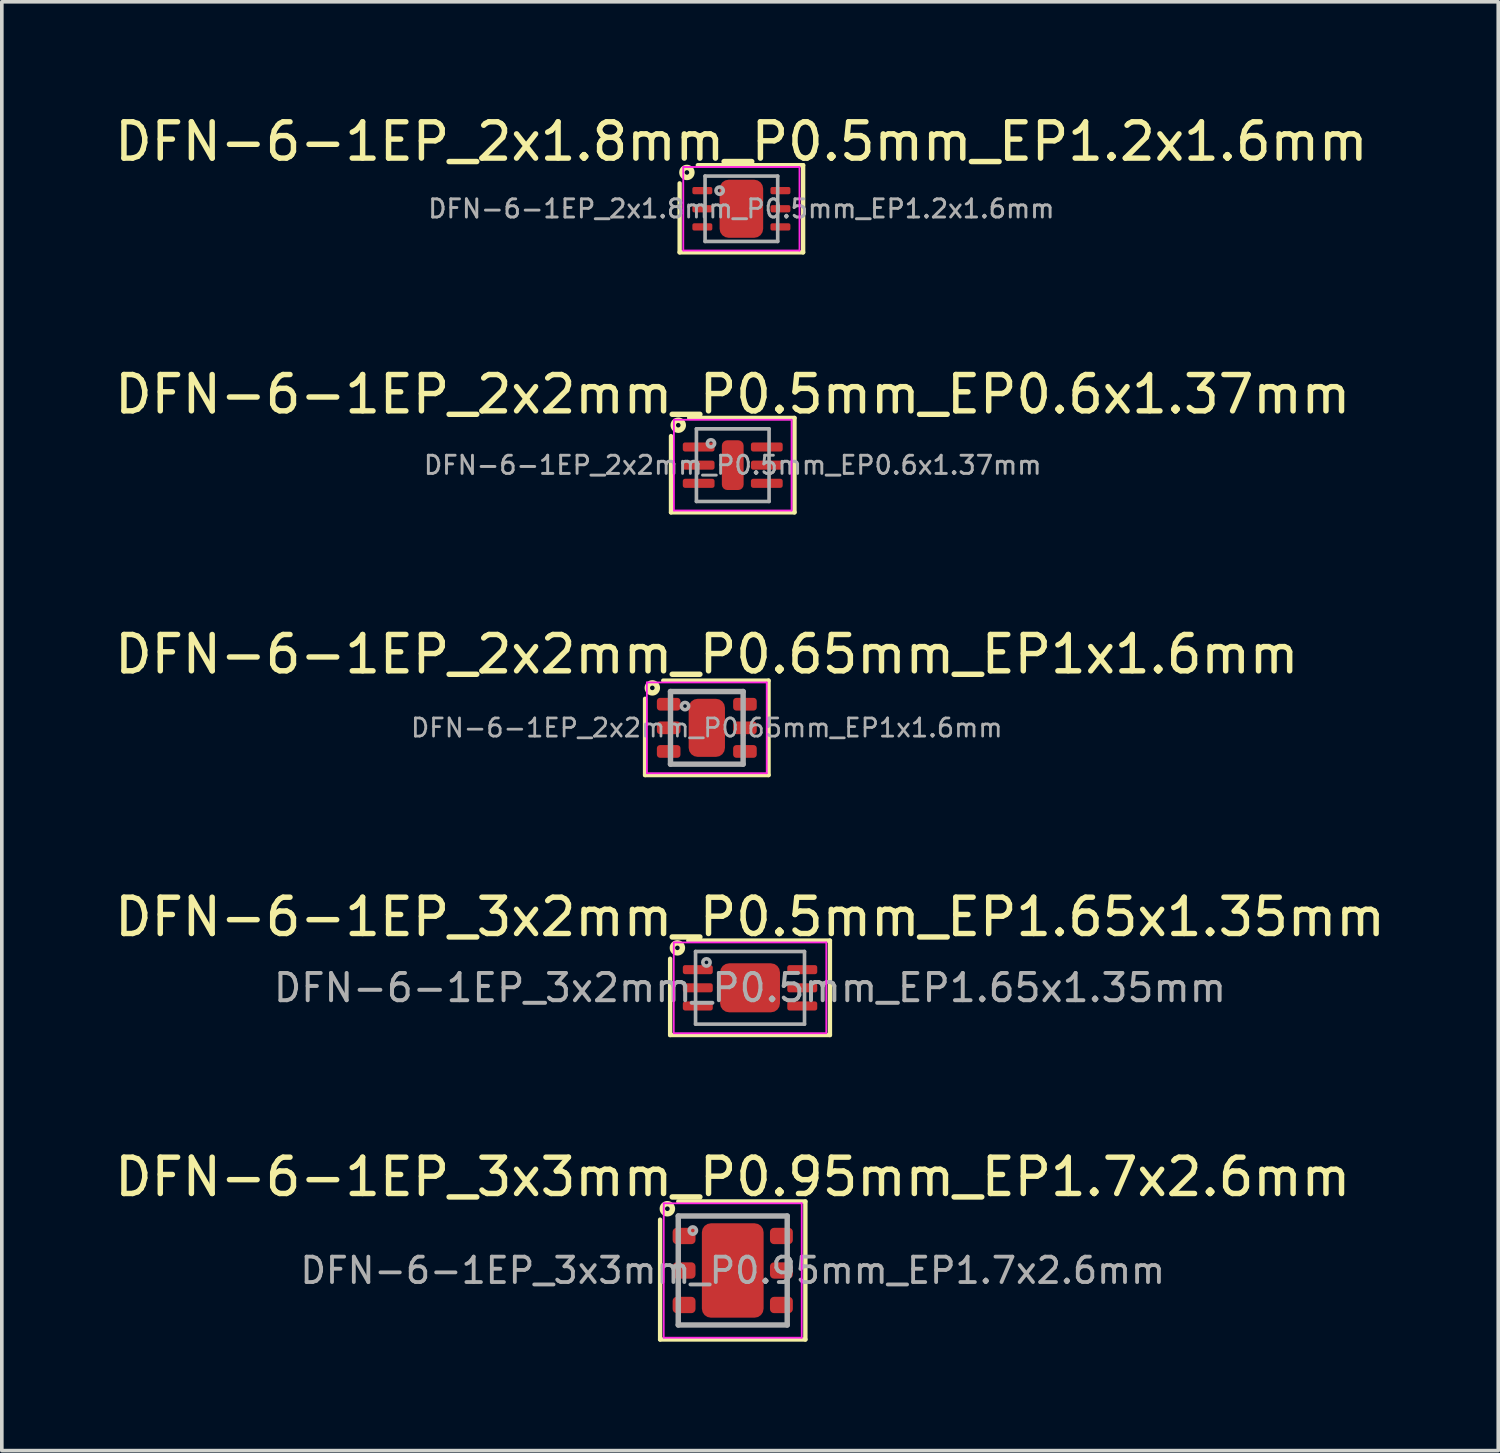
<source format=kicad_pcb>
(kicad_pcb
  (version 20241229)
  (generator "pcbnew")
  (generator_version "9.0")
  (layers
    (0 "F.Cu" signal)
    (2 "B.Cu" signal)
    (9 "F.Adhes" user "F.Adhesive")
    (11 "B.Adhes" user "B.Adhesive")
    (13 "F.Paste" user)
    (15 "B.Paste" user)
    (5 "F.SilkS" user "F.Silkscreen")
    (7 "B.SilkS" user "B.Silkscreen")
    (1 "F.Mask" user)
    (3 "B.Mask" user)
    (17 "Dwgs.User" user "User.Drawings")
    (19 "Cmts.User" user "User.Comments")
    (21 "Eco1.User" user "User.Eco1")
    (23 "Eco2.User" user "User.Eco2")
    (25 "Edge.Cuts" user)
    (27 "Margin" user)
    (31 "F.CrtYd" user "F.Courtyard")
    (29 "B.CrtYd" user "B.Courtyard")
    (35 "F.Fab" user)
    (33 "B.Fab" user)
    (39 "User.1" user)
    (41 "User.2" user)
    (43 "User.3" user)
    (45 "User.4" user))
  (footprint "DFN-6-1EP_2x1.8mm_P0.5mm_EP1.2x1.6mm"
    (layer "F.Cu")
    (at 17.363 2.698)
    (property "Reference" "DFN-6-1EP_2x1.8mm_P0.5mm_EP1.2x1.6mm" (at 0 -1.85 0) (layer "F.SilkS") (effects (font (size 1 1) (thickness 0.15))))
    (attr smd)
    (fp_line (start -1.7 1.2) (end -1.7 -0.7) (stroke (width 0.12) (type solid)) (layer "F.SilkS"))
    (fp_line (start -1.7 1.2) (end 1.7 1.2) (stroke (width 0.12) (type solid)) (layer "F.SilkS"))
    (fp_line (start 1.7 -1.2) (end -1.2 -1.2) (stroke (width 0.12) (type solid)) (layer "F.SilkS"))
    (fp_line (start 1.7 1.2) (end 1.7 -1.2) (stroke (width 0.12) (type solid)) (layer "F.SilkS"))
    (fp_circle (center -1.5 -1) (end -1.437 -1) (stroke (width 0.15) (type solid)) (fill no) (layer "F.SilkS"))
    (fp_line (start -1.6 -1.15) (end -1.6 1.15) (stroke (width 0.05) (type solid)) (layer "F.CrtYd"))
    (fp_line (start -1.6 1.15) (end 1.6 1.15) (stroke (width 0.05) (type solid)) (layer "F.CrtYd"))
    (fp_line (start 1.6 -1.15) (end -1.6 -1.15) (stroke (width 0.05) (type solid)) (layer "F.CrtYd"))
    (fp_line (start 1.6 1.15) (end 1.6 -1.15) (stroke (width 0.05) (type solid)) (layer "F.CrtYd"))
    (fp_line (start -1 -0.9) (end 1 -0.9) (stroke (width 0.1) (type solid)) (layer "F.Fab"))
    (fp_line (start -1 0.9) (end -1 -0.9) (stroke (width 0.1) (type solid)) (layer "F.Fab"))
    (fp_line (start 1 -0.9) (end 1 0.9) (stroke (width 0.1) (type solid)) (layer "F.Fab"))
    (fp_line (start 1 0.9) (end -1 0.9) (stroke (width 0.1) (type solid)) (layer "F.Fab"))
    (fp_circle (center -0.6 -0.5) (end -0.5 -0.5) (stroke (width 0.1) (type solid)) (fill no) (layer "F.Fab"))
    (fp_text user "${REFERENCE}" (at 0 0 0) (layer "F.Fab") (effects (font (size 0.5 0.5) (thickness 0.08))))
    (pad "" smd roundrect (at -0.3 -0.4) (size 0.48 0.64) (layers "F.Paste") (roundrect_rratio 0.25))
    (pad "" smd roundrect (at -0.3 0.4) (size 0.48 0.64) (layers "F.Paste") (roundrect_rratio 0.25))
    (pad "" smd roundrect (at 0.3 -0.4) (size 0.48 0.64) (layers "F.Paste") (roundrect_rratio 0.25))
    (pad "" smd roundrect (at 0.3 0.4) (size 0.48 0.64) (layers "F.Paste") (roundrect_rratio 0.25))
    (pad "1" smd roundrect (at -1.075 -0.5) (size 0.55 0.2) (layers "F.Cu" "F.Mask" "F.Paste") (roundrect_rratio 0.25))
    (pad "2" smd roundrect (at -1.075 0) (size 0.55 0.2) (layers "F.Cu" "F.Mask" "F.Paste") (roundrect_rratio 0.25))
    (pad "3" smd roundrect (at -1.075 0.5) (size 0.55 0.2) (layers "F.Cu" "F.Mask" "F.Paste") (roundrect_rratio 0.25))
    (pad "4" smd roundrect (at 1.075 0.5) (size 0.55 0.2) (layers "F.Cu" "F.Mask" "F.Paste") (roundrect_rratio 0.25))
    (pad "5" smd roundrect (at 1.075 0) (size 0.55 0.2) (layers "F.Cu" "F.Mask" "F.Paste") (roundrect_rratio 0.25))
    (pad "6" smd roundrect (at 1.075 -0.5) (size 0.55 0.2) (layers "F.Cu" "F.Mask" "F.Paste") (roundrect_rratio 0.25))
    (pad "7" smd roundrect (at 0 0) (size 1.2 1.6) (layers "F.Cu" "F.Mask") (roundrect_rratio 0.208)))
  (footprint "DFN-6-1EP_2x2mm_P0.65mm_EP1x1.6mm"
    (layer "F.Cu")
    (at 16.411 16.99)
    (property "Reference" "DFN-6-1EP_2x2mm_P0.65mm_EP1x1.6mm" (at 0 -2.025 0) (layer "F.SilkS") (effects (font (size 1 1) (thickness 0.15))))
    (attr smd)
    (fp_line (start -1.7 -0.8) (end -1.7 1.3) (stroke (width 0.12) (type solid)) (layer "F.SilkS"))
    (fp_line (start -1.7 1.3) (end 1.7 1.3) (stroke (width 0.12) (type solid)) (layer "F.SilkS"))
    (fp_line (start 1.7 -1.3) (end -1.2 -1.3) (stroke (width 0.12) (type solid)) (layer "F.SilkS"))
    (fp_line (start 1.7 1.3) (end 1.7 -1.3) (stroke (width 0.12) (type solid)) (layer "F.SilkS"))
    (fp_circle (center -1.5 -1.1) (end -1.437 -1.1) (stroke (width 0.15) (type solid)) (fill no) (layer "F.SilkS"))
    (fp_line (start -1.65 -1.25) (end -1.65 1.25) (stroke (width 0.05) (type solid)) (layer "F.CrtYd"))
    (fp_line (start -1.65 -1.25) (end 1.65 -1.25) (stroke (width 0.05) (type solid)) (layer "F.CrtYd"))
    (fp_line (start -1.65 1.25) (end 1.65 1.25) (stroke (width 0.05) (type solid)) (layer "F.CrtYd"))
    (fp_line (start 1.65 -1.25) (end 1.65 1.25) (stroke (width 0.05) (type solid)) (layer "F.CrtYd"))
    (fp_line (start -1 -1) (end 1 -1) (stroke (width 0.15) (type solid)) (layer "F.Fab"))
    (fp_line (start -1 1) (end -1 -1) (stroke (width 0.15) (type solid)) (layer "F.Fab"))
    (fp_line (start 1 -1) (end 1 1) (stroke (width 0.15) (type solid)) (layer "F.Fab"))
    (fp_line (start 1 1) (end -1 1) (stroke (width 0.15) (type solid)) (layer "F.Fab"))
    (fp_circle (center -0.6 -0.6) (end -0.5 -0.6) (stroke (width 0.1) (type solid)) (fill no) (layer "F.Fab"))
    (fp_text user "${REFERENCE}" (at 0 0 0) (layer "F.Fab") (effects (font (size 0.5 0.5) (thickness 0.075))))
    (pad "" smd roundrect (at 0 -0.4) (size 0.82 0.63) (layers "F.Paste") (roundrect_rratio 0.25))
    (pad "" smd roundrect (at 0 0.4) (size 0.82 0.63) (layers "F.Paste") (roundrect_rratio 0.25))
    (pad "1" smd roundrect (at -1.05 -0.65) (size 0.65 0.35) (layers "F.Cu" "F.Mask" "F.Paste") (roundrect_rratio 0.25))
    (pad "2" smd roundrect (at -1.05 0) (size 0.65 0.35) (layers "F.Cu" "F.Mask" "F.Paste") (roundrect_rratio 0.25))
    (pad "3" smd roundrect (at -1.05 0.65) (size 0.65 0.35) (layers "F.Cu" "F.Mask" "F.Paste") (roundrect_rratio 0.25))
    (pad "4" smd roundrect (at 1.05 0.65) (size 0.65 0.35) (layers "F.Cu" "F.Mask" "F.Paste") (roundrect_rratio 0.25))
    (pad "5" smd roundrect (at 1.05 0) (size 0.65 0.35) (layers "F.Cu" "F.Mask" "F.Paste") (roundrect_rratio 0.25))
    (pad "6" smd roundrect (at 1.05 -0.65) (size 0.65 0.35) (layers "F.Cu" "F.Mask" "F.Paste") (roundrect_rratio 0.25))
    (pad "7" smd roundrect (at 0 0) (size 1 1.6) (layers "F.Cu" "F.Mask") (roundrect_rratio 0.25)))
  (footprint "DFN-6-1EP_3x3mm_P0.95mm_EP1.7x2.6mm"
    (layer "F.Cu")
    (at 17.125 31.931)
    (property "Reference" "DFN-6-1EP_3x3mm_P0.95mm_EP1.7x2.6mm" (at 0 -2.575 0) (layer "F.SilkS") (effects (font (size 1 1) (thickness 0.15))))
    (attr smd)
    (fp_line (start -2 1.9) (end -2 -1.4) (stroke (width 0.12) (type solid)) (layer "F.SilkS"))
    (fp_line (start -1.5 -1.9) (end 2 -1.9) (stroke (width 0.12) (type solid)) (layer "F.SilkS"))
    (fp_line (start 2 -1.9) (end 2 1.9) (stroke (width 0.12) (type solid)) (layer "F.SilkS"))
    (fp_line (start 2 1.9) (end -2 1.9) (stroke (width 0.12) (type solid)) (layer "F.SilkS"))
    (fp_circle (center -1.8 -1.7) (end -1.736 -1.7) (stroke (width 0.15) (type solid)) (fill no) (layer "F.SilkS"))
    (fp_line (start -1.9 -1.85) (end -1.9 1.85) (stroke (width 0.05) (type solid)) (layer "F.CrtYd"))
    (fp_line (start -1.9 -1.85) (end 1.9 -1.85) (stroke (width 0.05) (type solid)) (layer "F.CrtYd"))
    (fp_line (start -1.9 1.85) (end 1.9 1.85) (stroke (width 0.05) (type solid)) (layer "F.CrtYd"))
    (fp_line (start 1.9 -1.85) (end 1.9 1.85) (stroke (width 0.05) (type solid)) (layer "F.CrtYd"))
    (fp_line (start -1.5 -1.5) (end 1.5 -1.5) (stroke (width 0.15) (type solid)) (layer "F.Fab"))
    (fp_line (start -1.5 1.5) (end -1.5 -1.5) (stroke (width 0.15) (type solid)) (layer "F.Fab"))
    (fp_line (start 1.5 -1.5) (end 1.5 1.5) (stroke (width 0.15) (type solid)) (layer "F.Fab"))
    (fp_line (start 1.5 1.5) (end -1.5 1.5) (stroke (width 0.15) (type solid)) (layer "F.Fab"))
    (fp_circle (center -1.1 -1.1) (end -1 -1.1) (stroke (width 0.1) (type solid)) (fill no) (layer "F.Fab"))
    (fp_text user "${REFERENCE}" (at 0 0 0) (layer "F.Fab") (effects (font (size 0.7 0.7) (thickness 0.105))))
    (pad "" smd roundrect (at -0.425 -0.866) (size 0.66 0.73) (layers "F.Paste") (roundrect_rratio 0.25))
    (pad "" smd roundrect (at -0.425 0) (size 0.66 0.73) (layers "F.Paste") (roundrect_rratio 0.25))
    (pad "" smd roundrect (at -0.425 0.866) (size 0.66 0.73) (layers "F.Paste") (roundrect_rratio 0.25))
    (pad "" smd roundrect (at 0.425 -0.866) (size 0.66 0.73) (layers "F.Paste") (roundrect_rratio 0.25))
    (pad "" smd roundrect (at 0.425 0) (size 0.66 0.73) (layers "F.Paste") (roundrect_rratio 0.25))
    (pad "" smd roundrect (at 0.425 0.866) (size 0.66 0.73) (layers "F.Paste") (roundrect_rratio 0.25))
    (pad "1" smd roundrect (at -1.34 -0.95) (size 0.63 0.45) (layers "F.Cu" "F.Mask" "F.Paste") (roundrect_rratio 0.25))
    (pad "2" smd roundrect (at -1.34 0) (size 0.63 0.45) (layers "F.Cu" "F.Mask" "F.Paste") (roundrect_rratio 0.25))
    (pad "3" smd roundrect (at -1.34 0.95) (size 0.63 0.45) (layers "F.Cu" "F.Mask" "F.Paste") (roundrect_rratio 0.25))
    (pad "4" smd roundrect (at 1.34 0.95) (size 0.63 0.45) (layers "F.Cu" "F.Mask" "F.Paste") (roundrect_rratio 0.25))
    (pad "5" smd roundrect (at 1.34 0) (size 0.63 0.45) (layers "F.Cu" "F.Mask" "F.Paste") (roundrect_rratio 0.25))
    (pad "6" smd roundrect (at 1.34 -0.95) (size 0.63 0.45) (layers "F.Cu" "F.Mask" "F.Paste") (roundrect_rratio 0.25))
    (pad "7" smd roundrect (at 0 0) (size 1.7 2.6) (layers "F.Cu" "F.Mask") (roundrect_rratio 0.147)))
  (footprint "DFN-6-1EP_3x2mm_P0.5mm_EP1.65x1.35mm"
    (layer "F.Cu")
    (at 17.601 24.148)
    (property "Reference" "DFN-6-1EP_3x2mm_P0.5mm_EP1.65x1.35mm" (at 0 -1.95 0) (layer "F.SilkS") (effects (font (size 1 1) (thickness 0.15))))
    (attr smd)
    (fp_line (start -2.2 1.3) (end -2.2 -0.8) (stroke (width 0.12) (type solid)) (layer "F.SilkS"))
    (fp_line (start -1.7 -1.3) (end 2.2 -1.3) (stroke (width 0.12) (type solid)) (layer "F.SilkS"))
    (fp_line (start 2.2 -1.3) (end 2.2 1.3) (stroke (width 0.12) (type solid)) (layer "F.SilkS"))
    (fp_line (start 2.2 1.3) (end -2.2 1.3) (stroke (width 0.12) (type solid)) (layer "F.SilkS"))
    (fp_circle (center -2 -1.1) (end -1.937 -1.1) (stroke (width 0.15) (type solid)) (fill no) (layer "F.SilkS"))
    (fp_line (start -2.1 -1.25) (end -2.1 1.25) (stroke (width 0.05) (type solid)) (layer "F.CrtYd"))
    (fp_line (start -2.1 1.25) (end 2.1 1.25) (stroke (width 0.05) (type solid)) (layer "F.CrtYd"))
    (fp_line (start 2.1 -1.25) (end -2.1 -1.25) (stroke (width 0.05) (type solid)) (layer "F.CrtYd"))
    (fp_line (start 2.1 1.25) (end 2.1 -1.25) (stroke (width 0.05) (type solid)) (layer "F.CrtYd"))
    (fp_line (start -1.5 -1) (end 1.5 -1) (stroke (width 0.1) (type solid)) (layer "F.Fab"))
    (fp_line (start -1.5 1) (end -1.5 -1) (stroke (width 0.1) (type solid)) (layer "F.Fab"))
    (fp_line (start 1.5 -1) (end 1.5 1) (stroke (width 0.1) (type solid)) (layer "F.Fab"))
    (fp_line (start 1.5 1) (end -1.5 1) (stroke (width 0.1) (type solid)) (layer "F.Fab"))
    (fp_circle (center -1.2 -0.7) (end -1.1 -0.7) (stroke (width 0.1) (type solid)) (fill no) (layer "F.Fab"))
    (fp_text user "${REFERENCE}" (at 0 0 0) (layer "F.Fab") (effects (font (size 0.75 0.75) (thickness 0.11))))
    (pad "" smd roundrect (at -0.41 -0.34) (size 0.67 0.54) (layers "F.Paste") (roundrect_rratio 0.25))
    (pad "" smd roundrect (at -0.41 0.34) (size 0.67 0.54) (layers "F.Paste") (roundrect_rratio 0.25))
    (pad "" smd roundrect (at 0.41 -0.34) (size 0.67 0.54) (layers "F.Paste") (roundrect_rratio 0.25))
    (pad "" smd roundrect (at 0.41 0.34) (size 0.67 0.54) (layers "F.Paste") (roundrect_rratio 0.25))
    (pad "1" smd roundrect (at -1.438 -0.5) (size 0.825 0.25) (layers "F.Cu" "F.Mask" "F.Paste") (roundrect_rratio 0.25))
    (pad "2" smd roundrect (at -1.438 0) (size 0.825 0.25) (layers "F.Cu" "F.Mask" "F.Paste") (roundrect_rratio 0.25))
    (pad "3" smd roundrect (at -1.438 0.5) (size 0.825 0.25) (layers "F.Cu" "F.Mask" "F.Paste") (roundrect_rratio 0.25))
    (pad "4" smd roundrect (at 1.438 0.5) (size 0.825 0.25) (layers "F.Cu" "F.Mask" "F.Paste") (roundrect_rratio 0.25))
    (pad "5" smd roundrect (at 1.438 0) (size 0.825 0.25) (layers "F.Cu" "F.Mask" "F.Paste") (roundrect_rratio 0.25))
    (pad "6" smd roundrect (at 1.438 -0.5) (size 0.825 0.25) (layers "F.Cu" "F.Mask" "F.Paste") (roundrect_rratio 0.25))
    (pad "7" smd roundrect (at 0 0) (size 1.65 1.35) (layers "F.Cu" "F.Mask") (roundrect_rratio 0.185)))
  (footprint "DFN-6-1EP_2x2mm_P0.5mm_EP0.6x1.37mm"
    (layer "F.Cu")
    (at 17.125 9.757)
    (property "Reference" "DFN-6-1EP_2x2mm_P0.5mm_EP0.6x1.37mm" (at 0 -1.95 0) (layer "F.SilkS") (effects (font (size 1 1) (thickness 0.15))))
    (attr smd)
    (fp_line (start -1.7 1.3) (end -1.7 -0.8) (stroke (width 0.12) (type solid)) (layer "F.SilkS"))
    (fp_line (start -1.2 -1.3) (end 1.7 -1.3) (stroke (width 0.12) (type solid)) (layer "F.SilkS"))
    (fp_line (start 1.7 -1.3) (end 1.7 1.3) (stroke (width 0.12) (type solid)) (layer "F.SilkS"))
    (fp_line (start 1.7 1.3) (end -1.7 1.3) (stroke (width 0.12) (type solid)) (layer "F.SilkS"))
    (fp_circle (center -1.5 -1.1) (end -1.437 -1.1) (stroke (width 0.15) (type solid)) (fill no) (layer "F.SilkS"))
    (fp_line (start -1.62 -1.25) (end -1.62 1.25) (stroke (width 0.05) (type solid)) (layer "F.CrtYd"))
    (fp_line (start -1.62 1.25) (end 1.62 1.25) (stroke (width 0.05) (type solid)) (layer "F.CrtYd"))
    (fp_line (start 1.62 -1.25) (end -1.62 -1.25) (stroke (width 0.05) (type solid)) (layer "F.CrtYd"))
    (fp_line (start 1.62 1.25) (end 1.62 -1.25) (stroke (width 0.05) (type solid)) (layer "F.CrtYd"))
    (fp_line (start -1 -1) (end 1 -1) (stroke (width 0.1) (type solid)) (layer "F.Fab"))
    (fp_line (start -1 1) (end -1 -1) (stroke (width 0.1) (type solid)) (layer "F.Fab"))
    (fp_line (start 1 -1) (end 1 1) (stroke (width 0.1) (type solid)) (layer "F.Fab"))
    (fp_line (start 1 1) (end -1 1) (stroke (width 0.1) (type solid)) (layer "F.Fab"))
    (fp_circle (center -0.6 -0.6) (end -0.5 -0.6) (stroke (width 0.1) (type solid)) (fill no) (layer "F.Fab"))
    (fp_text user "${REFERENCE}" (at 0 0 0) (layer "F.Fab") (effects (font (size 0.5 0.5) (thickness 0.08))))
    (pad "" smd roundrect (at 0 -0.34) (size 0.48 0.55) (layers "F.Paste") (roundrect_rratio 0.25))
    (pad "" smd roundrect (at 0 0.34) (size 0.48 0.55) (layers "F.Paste") (roundrect_rratio 0.25))
    (pad "1" smd roundrect (at -0.938 -0.5) (size 0.875 0.25) (layers "F.Cu" "F.Mask" "F.Paste") (roundrect_rratio 0.25))
    (pad "2" smd roundrect (at -0.938 0) (size 0.875 0.25) (layers "F.Cu" "F.Mask" "F.Paste") (roundrect_rratio 0.25))
    (pad "3" smd roundrect (at -0.938 0.5) (size 0.875 0.25) (layers "F.Cu" "F.Mask" "F.Paste") (roundrect_rratio 0.25))
    (pad "4" smd roundrect (at 0.938 0.5) (size 0.875 0.25) (layers "F.Cu" "F.Mask" "F.Paste") (roundrect_rratio 0.25))
    (pad "5" smd roundrect (at 0.938 0) (size 0.875 0.25) (layers "F.Cu" "F.Mask" "F.Paste") (roundrect_rratio 0.25))
    (pad "6" smd roundrect (at 0.938 -0.5) (size 0.875 0.25) (layers "F.Cu" "F.Mask" "F.Paste") (roundrect_rratio 0.25))
    (pad "7" smd roundrect (at 0 0) (size 0.6 1.37) (layers "F.Cu" "F.Mask") (roundrect_rratio 0.25)))
  (gr_rect
    (start -3 -3)
    (end 38.202 36.891)
    (stroke (width 0.1) (type default))
    (fill no)
    (layer "Edge.Cuts")))
</source>
